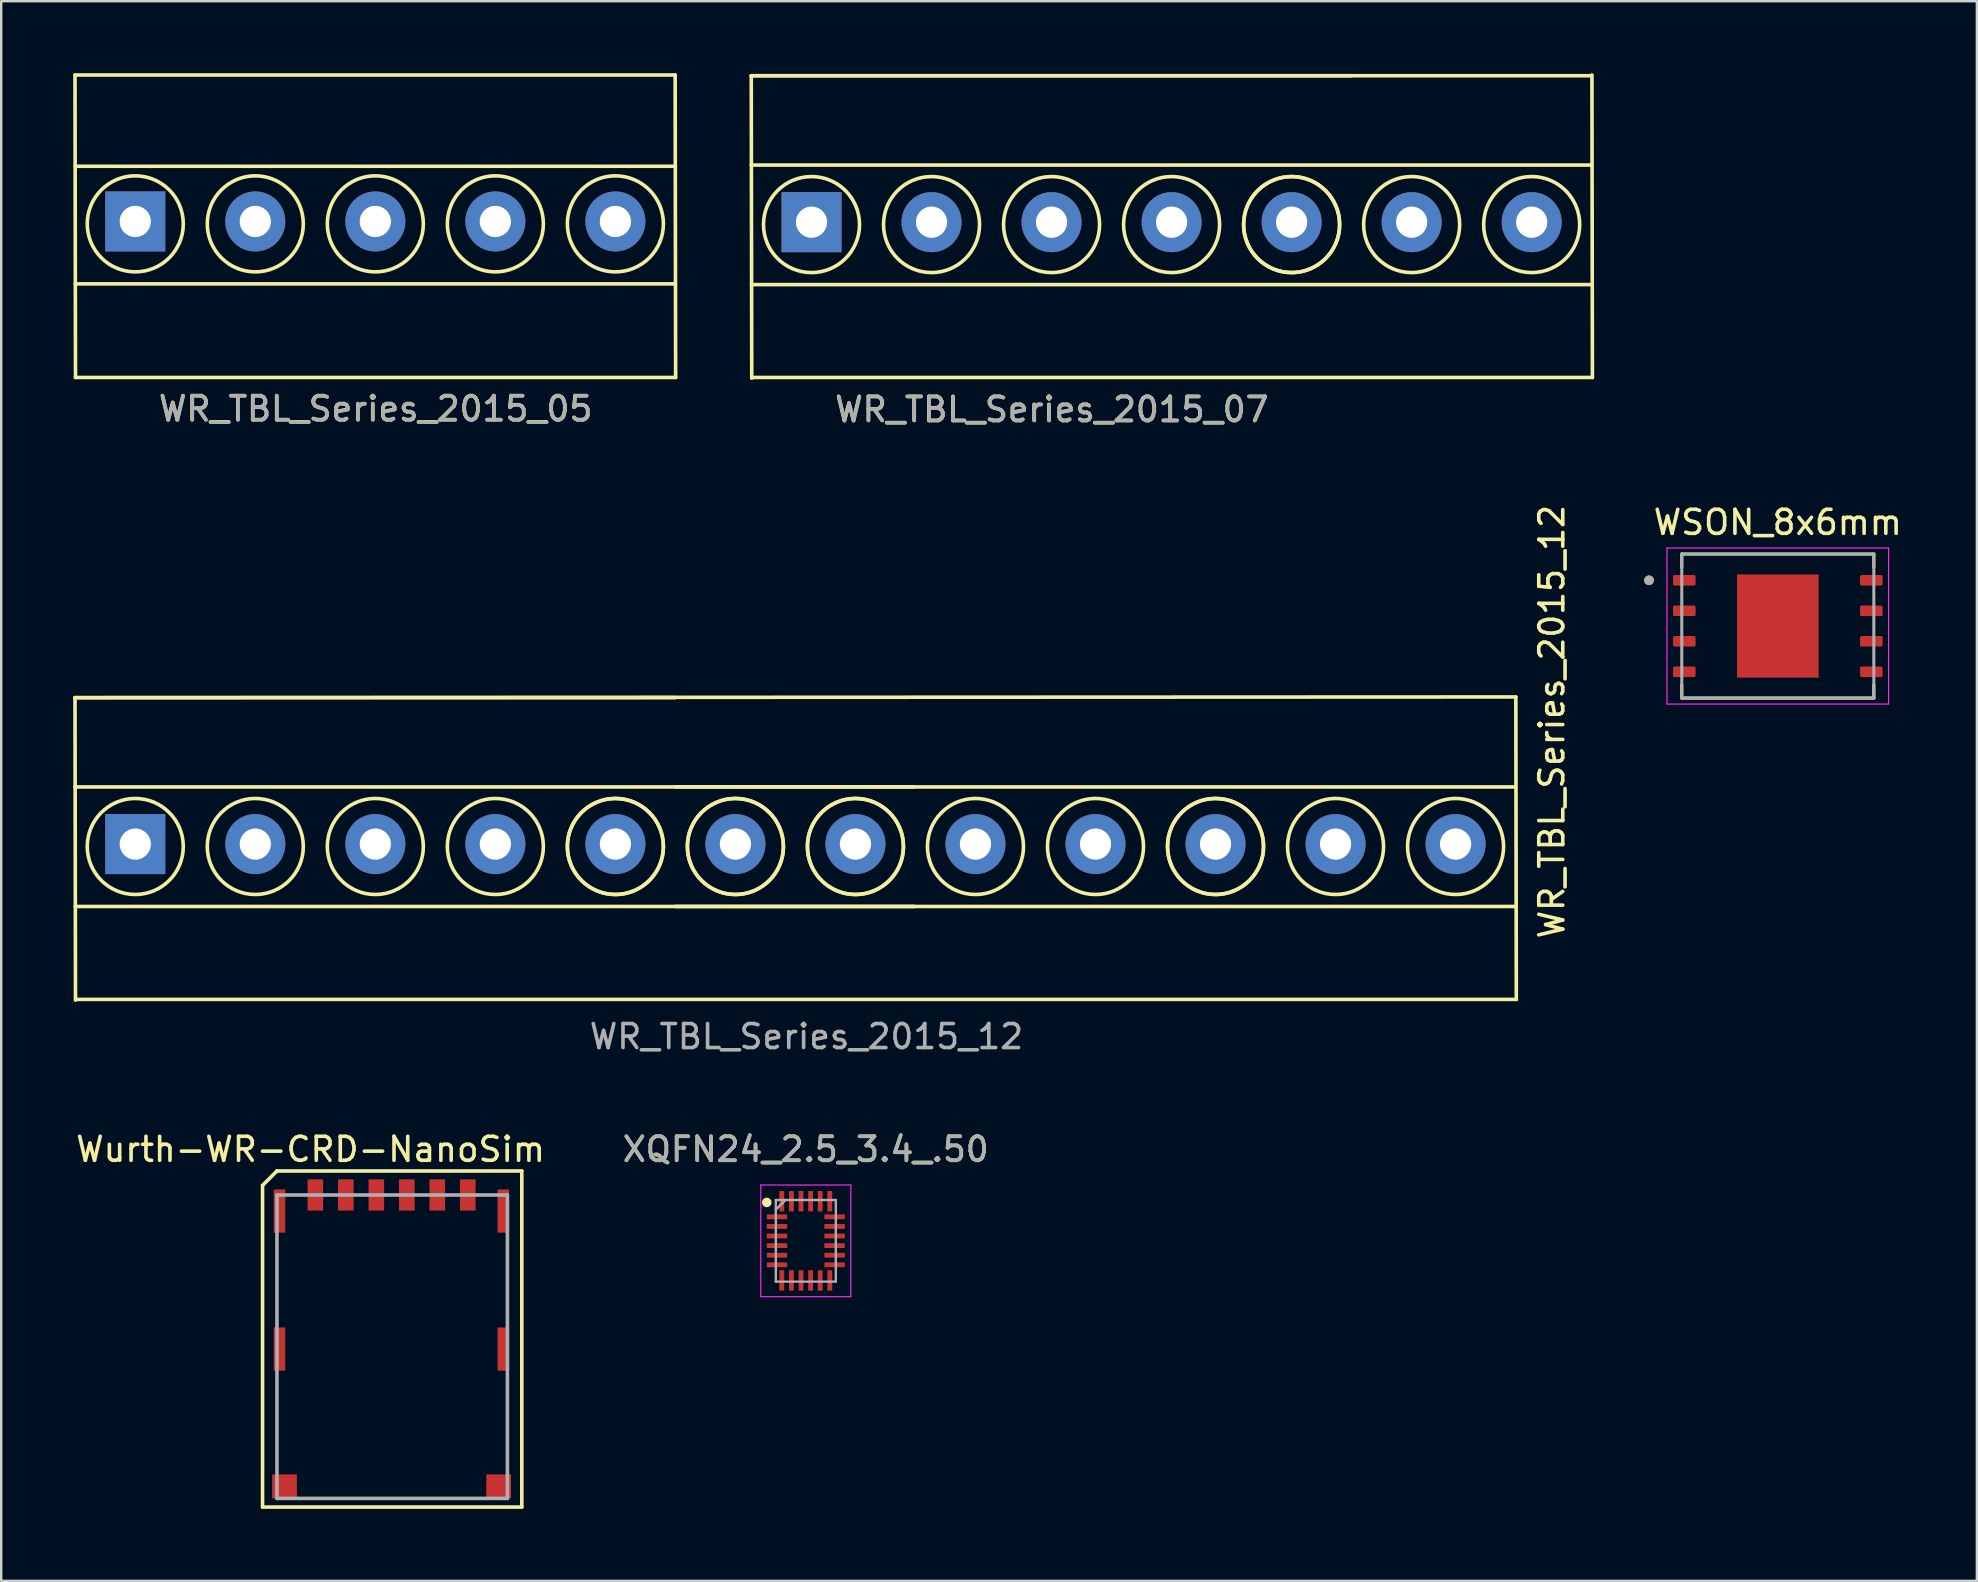
<source format=kicad_pcb>
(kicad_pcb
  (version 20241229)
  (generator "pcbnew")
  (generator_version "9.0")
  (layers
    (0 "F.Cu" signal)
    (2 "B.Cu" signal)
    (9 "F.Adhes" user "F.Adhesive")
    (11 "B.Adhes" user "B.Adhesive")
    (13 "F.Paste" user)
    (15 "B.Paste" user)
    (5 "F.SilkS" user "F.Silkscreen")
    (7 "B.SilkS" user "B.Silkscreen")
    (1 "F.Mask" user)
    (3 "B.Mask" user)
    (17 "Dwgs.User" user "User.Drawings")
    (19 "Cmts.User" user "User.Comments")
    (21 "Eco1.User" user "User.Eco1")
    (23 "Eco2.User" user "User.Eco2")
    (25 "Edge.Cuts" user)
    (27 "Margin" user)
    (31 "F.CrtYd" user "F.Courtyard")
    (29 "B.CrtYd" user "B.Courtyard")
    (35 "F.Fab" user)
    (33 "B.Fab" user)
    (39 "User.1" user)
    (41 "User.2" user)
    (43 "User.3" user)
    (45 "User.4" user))
  (footprint "WR_TBL_Series_2015_12"
    (layer "F.Cu")
    (at 2.595 34.012)
    (property "Reference" "WR_TBL_Series_2015_12" (at 59 -7 90) (layer "F.SilkS") (effects (font (size 1 1) (thickness 0.15))))
    (attr through_hole)
    (fp_line (start -2.52 -8) (end -2.5 4.6) (stroke (width 0.15) (type solid)) (layer "F.SilkS"))
    (fp_line (start -2.52 -8) (end 57.5 -8.03) (stroke (width 0.15) (type solid)) (layer "F.SilkS"))
    (fp_line (start -2.52 -4.28) (end 32.44 -4.28) (stroke (width 0.15) (type solid)) (layer "F.SilkS"))
    (fp_line (start -2.51 0.7) (end 32.45 0.7) (stroke (width 0.15) (type solid)) (layer "F.SilkS"))
    (fp_line (start -2.44 4.57) (end 57.52 4.57) (stroke (width 0.15) (type solid)) (layer "F.SilkS"))
    (fp_line (start 22.48 -8) (end -2.52 -8) (stroke (width 0.15) (type solid)) (layer "F.SilkS"))
    (fp_line (start 22.48 -4.28) (end 57.44 -4.28) (stroke (width 0.15) (type solid)) (layer "F.SilkS"))
    (fp_line (start 22.49 0.7) (end 57.45 0.7) (stroke (width 0.15) (type solid)) (layer "F.SilkS"))
    (fp_line (start 57.5 -8.03) (end 57.52 4.57) (stroke (width 0.15) (type solid)) (layer "F.SilkS"))
    (fp_circle (center -0.01 -1.8) (end 1.99 -1.8) (stroke (width 0.15) (type solid)) (fill no) (layer "F.SilkS"))
    (fp_circle (center 4.99 -1.8) (end 2.99 -1.8) (stroke (width 0.15) (type solid)) (fill no) (layer "F.SilkS"))
    (fp_circle (center 9.99 -1.8) (end 7.99 -1.8) (stroke (width 0.15) (type solid)) (fill no) (layer "F.SilkS"))
    (fp_circle (center 14.99 -1.8) (end 12.99 -1.8) (stroke (width 0.15) (type solid)) (fill no) (layer "F.SilkS"))
    (fp_circle (center 19.99 -1.8) (end 17.99 -1.8) (stroke (width 0.15) (type solid)) (fill no) (layer "F.SilkS"))
    (fp_circle (center 19.99 -1.8) (end 17.99 -1.8) (stroke (width 0.15) (type solid)) (fill no) (layer "F.SilkS"))
    (fp_circle (center 24.99 -1.8) (end 22.99 -1.8) (stroke (width 0.15) (type solid)) (fill no) (layer "F.SilkS"))
    (fp_circle (center 24.99 -1.8) (end 26.99 -1.8) (stroke (width 0.15) (type solid)) (fill no) (layer "F.SilkS"))
    (fp_circle (center 29.99 -1.8) (end 27.99 -1.8) (stroke (width 0.15) (type solid)) (fill no) (layer "F.SilkS"))
    (fp_circle (center 29.99 -1.8) (end 27.99 -1.8) (stroke (width 0.15) (type solid)) (fill no) (layer "F.SilkS"))
    (fp_circle (center 34.99 -1.8) (end 32.99 -1.8) (stroke (width 0.15) (type solid)) (fill no) (layer "F.SilkS"))
    (fp_circle (center 39.99 -1.8) (end 37.99 -1.8) (stroke (width 0.15) (type solid)) (fill no) (layer "F.SilkS"))
    (fp_circle (center 44.99 -1.8) (end 42.99 -1.8) (stroke (width 0.15) (type solid)) (fill no) (layer "F.SilkS"))
    (fp_circle (center 44.99 -1.8) (end 42.99 -1.8) (stroke (width 0.15) (type solid)) (fill no) (layer "F.SilkS"))
    (fp_circle (center 49.99 -1.8) (end 47.99 -1.8) (stroke (width 0.15) (type solid)) (fill no) (layer "F.SilkS"))
    (fp_circle (center 54.99 -1.8) (end 52.99 -1.8) (stroke (width 0.15) (type solid)) (fill no) (layer "F.SilkS"))
    (fp_text user "${REFERENCE}" (at 27.95 6.12 0) (layer "F.Fab") (effects (font (size 1 1) (thickness 0.15))))
    (pad "1" thru_hole rect (at -0.01 -1.9) (size 2.5 2.5) (drill 1.3) (layers "*.Cu" "*.Mask"))
    (pad "2" thru_hole circle (at 4.99 -1.9) (size 2.5 2.5) (drill 1.3) (layers "*.Cu" "*.Mask"))
    (pad "3" thru_hole circle (at 9.99 -1.9) (size 2.5 2.5) (drill 1.3) (layers "*.Cu" "*.Mask"))
    (pad "4" thru_hole circle (at 14.99 -1.9) (size 2.5 2.5) (drill 1.3) (layers "*.Cu" "*.Mask"))
    (pad "5" thru_hole circle (at 19.99 -1.9) (size 2.5 2.5) (drill 1.3) (layers "*.Cu" "*.Mask"))
    (pad "6" thru_hole circle (at 24.99 -1.9) (size 2.5 2.5) (drill 1.3) (layers "*.Cu" "*.Mask"))
    (pad "7" thru_hole circle (at 29.99 -1.9) (size 2.5 2.5) (drill 1.3) (layers "*.Cu" "*.Mask"))
    (pad "8" thru_hole circle (at 34.99 -1.9) (size 2.5 2.5) (drill 1.3) (layers "*.Cu" "*.Mask"))
    (pad "9" thru_hole circle (at 39.99 -1.9) (size 2.5 2.5) (drill 1.3) (layers "*.Cu" "*.Mask"))
    (pad "10" thru_hole circle (at 44.99 -1.9) (size 2.5 2.5) (drill 1.3) (layers "*.Cu" "*.Mask"))
    (pad "11" thru_hole circle (at 49.99 -1.9) (size 2.5 2.5) (drill 1.3) (layers "*.Cu" "*.Mask"))
    (pad "12" thru_hole circle (at 54.99 -1.9) (size 2.5 2.5) (drill 1.3) (layers "*.Cu" "*.Mask")))
  (footprint "Wurth-WR-CRD-NanoSim"
    (layer "F.Cu")
    (at 10.087 46.729)
    (property "Reference" "Wurth-WR-CRD-NanoSim" (at -0.2 -1.9 0) (layer "F.SilkS") (effects (font (size 1 1) (thickness 0.15))))
    (attr through_hole)
    (fp_line (start -2.2 -0.4) (end -2.2 13) (stroke (width 0.15) (type solid)) (layer "F.SilkS"))
    (fp_line (start -2.2 13) (end 8.6 13) (stroke (width 0.15) (type solid)) (layer "F.SilkS"))
    (fp_line (start -1.6 -1) (end -2.2 -0.4) (stroke (width 0.15) (type solid)) (layer "F.SilkS"))
    (fp_line (start 8.6 -1) (end -1.6 -1) (stroke (width 0.15) (type solid)) (layer "F.SilkS"))
    (fp_line (start 8.6 13) (end 8.6 -1) (stroke (width 0.15) (type solid)) (layer "F.SilkS"))
    (fp_line (start -1.6 0) (end -1.6 12.64) (stroke (width 0.15) (type solid)) (layer "F.Fab"))
    (fp_line (start -1.6 12.64) (end 8 12.64) (stroke (width 0.15) (type solid)) (layer "F.Fab"))
    (fp_line (start 8 0) (end -1.6 0) (stroke (width 0.15) (type solid)) (layer "F.Fab"))
    (fp_line (start 8 12.64) (end 8 0) (stroke (width 0.15) (type solid)) (layer "F.Fab"))
    (pad "1" smd rect (at 5.08 0) (size 0.65 1.3) (layers "F.Cu" "F.Mask" "F.Paste"))
    (pad "2" smd rect (at 2.54 0) (size 0.65 1.3) (layers "F.Cu" "F.Mask" "F.Paste"))
    (pad "3" smd rect (at 1.27 0) (size 0.65 1.3) (layers "F.Cu" "F.Mask" "F.Paste"))
    (pad "4" smd rect (at -1.495 0.67) (size 0.48 1.8) (layers "F.Cu" "F.Mask" "F.Paste"))
    (pad "4" smd rect (at -1.495 6.42) (size 0.48 1.8) (layers "F.Cu" "F.Mask" "F.Paste"))
    (pad "4" smd rect (at -1.285 12.14) (size 1.03 1) (layers "F.Cu" "F.Mask" "F.Paste"))
    (pad "4" smd rect (at 6.35 0) (size 0.65 1.3) (layers "F.Cu" "F.Mask" "F.Paste"))
    (pad "4" smd rect (at 7.635 12.14) (size 1.03 1) (layers "F.Cu" "F.Mask" "F.Paste"))
    (pad "4" smd rect (at 7.83 0.67) (size 0.48 1.8) (layers "F.Cu" "F.Mask" "F.Paste"))
    (pad "4" smd rect (at 7.83 6.42) (size 0.48 1.8) (layers "F.Cu" "F.Mask" "F.Paste"))
    (pad "5" smd rect (at 3.81 0) (size 0.65 1.3) (layers "F.Cu" "F.Mask" "F.Paste"))
    (pad "6" smd rect (at 0 0) (size 0.65 1.3) (layers "F.Cu" "F.Mask" "F.Paste")))
  (footprint "WSON_8x6mm"
    (layer "F.Cu")
    (at 71.008 23.029)
    (property "Reference" "WSON_8x6mm" (at 0 -4.318 0) (layer "F.SilkS") (effects (font (size 1 1) (thickness 0.15))))
    (attr smd)
    (fp_line (start -4 -3) (end 4 -3) (stroke (width 0.127) (type solid)) (layer "F.SilkS"))
    (fp_line (start -4 -2.445) (end -4 -3) (stroke (width 0.127) (type solid)) (layer "F.SilkS"))
    (fp_line (start -4 3) (end -4 2.445) (stroke (width 0.127) (type solid)) (layer "F.SilkS"))
    (fp_line (start 4 -3) (end 4 -2.445) (stroke (width 0.127) (type solid)) (layer "F.SilkS"))
    (fp_line (start 4 3) (end -4 3) (stroke (width 0.127) (type solid)) (layer "F.SilkS"))
    (fp_line (start 4 3) (end 4 2.445) (stroke (width 0.127) (type solid)) (layer "F.SilkS"))
    (fp_circle (center -5.365 -1.905) (end -5.265 -1.905) (stroke (width 0.2) (type solid)) (fill no) (layer "F.SilkS"))
    (fp_poly (pts (xy -1.075 -1.36) (xy 1.075 -1.36) (xy 1.075 1.36) (xy -1.075 1.36)) (stroke (width 0.01) (type solid)) (fill yes) (layer "F.Paste"))
    (fp_line (start -4.615 -3.25) (end -4.615 3.25) (stroke (width 0.05) (type solid)) (layer "F.CrtYd"))
    (fp_line (start -4.615 3.25) (end 4.615 3.25) (stroke (width 0.05) (type solid)) (layer "F.CrtYd"))
    (fp_line (start 4.615 -3.25) (end -4.615 -3.25) (stroke (width 0.05) (type solid)) (layer "F.CrtYd"))
    (fp_line (start 4.615 3.25) (end 4.615 -3.25) (stroke (width 0.05) (type solid)) (layer "F.CrtYd"))
    (fp_line (start -4 -3) (end 4 -3) (stroke (width 0.127) (type solid)) (layer "F.Fab"))
    (fp_line (start -4 3) (end -4 -3) (stroke (width 0.127) (type solid)) (layer "F.Fab"))
    (fp_line (start 4 -3) (end 4 3) (stroke (width 0.127) (type solid)) (layer "F.Fab"))
    (fp_line (start 4 3) (end -4 3) (stroke (width 0.127) (type solid)) (layer "F.Fab"))
    (fp_circle (center -5.365 -1.905) (end -5.265 -1.905) (stroke (width 0.2) (type solid)) (fill no) (layer "F.Fab"))
    (pad "1" smd roundrect (at -3.895 -1.905) (size 0.94 0.44) (layers "F.Cu" "F.Mask" "F.Paste") (roundrect_rratio 0.15))
    (pad "2" smd roundrect (at -3.895 -0.635) (size 0.94 0.44) (layers "F.Cu" "F.Mask" "F.Paste") (roundrect_rratio 0.15))
    (pad "3" smd roundrect (at -3.895 0.635) (size 0.94 0.44) (layers "F.Cu" "F.Mask" "F.Paste") (roundrect_rratio 0.15))
    (pad "4" smd roundrect (at -3.895 1.905) (size 0.94 0.44) (layers "F.Cu" "F.Mask" "F.Paste") (roundrect_rratio 0.15))
    (pad "5" smd roundrect (at 3.895 1.905) (size 0.94 0.44) (layers "F.Cu" "F.Mask" "F.Paste") (roundrect_rratio 0.15))
    (pad "6" smd roundrect (at 3.895 0.635) (size 0.94 0.44) (layers "F.Cu" "F.Mask" "F.Paste") (roundrect_rratio 0.15))
    (pad "7" smd roundrect (at 3.895 -0.635) (size 0.94 0.44) (layers "F.Cu" "F.Mask" "F.Paste") (roundrect_rratio 0.15))
    (pad "8" smd roundrect (at 3.895 -1.905) (size 0.94 0.44) (layers "F.Cu" "F.Mask" "F.Paste") (roundrect_rratio 0.15))
    (pad "9" smd rect (at 0 0) (size 3.4 4.3) (layers "F.Cu" "F.Mask")))
  (footprint "WR_TBL_Series_2015_07"
    (layer "F.Cu")
    (at 30.765 8.105)
    (property "Reference" "WR_TBL_Series_2015_07" (at 10 5.9 0) (layer "F.SilkS") (effects (font (size 1 1) (thickness 0.15))))
    (attr through_hole)
    (fp_line (start -2.52 -8) (end -2.5 4.6) (stroke (width 0.15) (type solid)) (layer "F.SilkS"))
    (fp_line (start -2.52 -8) (end 32.44 -8) (stroke (width 0.15) (type solid)) (layer "F.SilkS"))
    (fp_line (start -2.52 -4.28) (end 32.44 -4.28) (stroke (width 0.15) (type solid)) (layer "F.SilkS"))
    (fp_line (start -2.51 0.7) (end 32.45 0.7) (stroke (width 0.15) (type solid)) (layer "F.SilkS"))
    (fp_line (start -2.44 4.57) (end 32.52 4.57) (stroke (width 0.15) (type solid)) (layer "F.SilkS"))
    (fp_line (start 22.48 -8) (end -2.52 -8) (stroke (width 0.15) (type solid)) (layer "F.SilkS"))
    (fp_line (start 32.5 -8.03) (end 32.52 4.57) (stroke (width 0.15) (type solid)) (layer "F.SilkS"))
    (fp_circle (center -0.01 -1.8) (end 1.99 -1.8) (stroke (width 0.15) (type solid)) (fill no) (layer "F.SilkS"))
    (fp_circle (center 4.99 -1.8) (end 2.99 -1.8) (stroke (width 0.15) (type solid)) (fill no) (layer "F.SilkS"))
    (fp_circle (center 9.99 -1.8) (end 7.99 -1.8) (stroke (width 0.15) (type solid)) (fill no) (layer "F.SilkS"))
    (fp_circle (center 14.99 -1.8) (end 12.99 -1.8) (stroke (width 0.15) (type solid)) (fill no) (layer "F.SilkS"))
    (fp_circle (center 19.99 -1.8) (end 17.99 -1.8) (stroke (width 0.15) (type solid)) (fill no) (layer "F.SilkS"))
    (fp_circle (center 19.99 -1.8) (end 17.99 -1.8) (stroke (width 0.15) (type solid)) (fill no) (layer "F.SilkS"))
    (fp_circle (center 24.99 -1.8) (end 22.99 -1.8) (stroke (width 0.15) (type solid)) (fill no) (layer "F.SilkS"))
    (fp_circle (center 29.99 -1.8) (end 27.99 -1.8) (stroke (width 0.15) (type solid)) (fill no) (layer "F.SilkS"))
    (fp_text user "${REFERENCE}" (at 10.01 5.91 0) (layer "F.Fab") (effects (font (size 1 1) (thickness 0.15))))
    (pad "1" thru_hole rect (at -0.01 -1.9) (size 2.5 2.5) (drill 1.3) (layers "*.Cu" "*.Mask"))
    (pad "2" thru_hole circle (at 4.99 -1.9) (size 2.5 2.5) (drill 1.3) (layers "*.Cu" "*.Mask"))
    (pad "3" thru_hole circle (at 9.99 -1.9) (size 2.5 2.5) (drill 1.3) (layers "*.Cu" "*.Mask"))
    (pad "4" thru_hole circle (at 14.99 -1.9) (size 2.5 2.5) (drill 1.3) (layers "*.Cu" "*.Mask"))
    (pad "5" thru_hole circle (at 19.99 -1.9) (size 2.5 2.5) (drill 1.3) (layers "*.Cu" "*.Mask"))
    (pad "6" thru_hole circle (at 24.99 -1.9) (size 2.5 2.5) (drill 1.3) (layers "*.Cu" "*.Mask"))
    (pad "7" thru_hole circle (at 29.99 -1.9) (size 2.5 2.5) (drill 1.3) (layers "*.Cu" "*.Mask")))
  (footprint "WR_TBL_Series_2015_05"
    (layer "F.Cu")
    (at 2.595 8.075)
    (property "Reference" "WR_TBL_Series_2015_05" (at 10 5.9 0) (layer "F.SilkS") (effects (font (size 1 1) (thickness 0.15))))
    (attr through_hole)
    (fp_line (start -2.52 -8) (end -2.5 4.6) (stroke (width 0.15) (type solid)) (layer "F.SilkS"))
    (fp_line (start -2.51 -4.2) (end 22.49 -4.2) (stroke (width 0.15) (type solid)) (layer "F.SilkS"))
    (fp_line (start -2.51 0.7) (end 22.49 0.7) (stroke (width 0.15) (type solid)) (layer "F.SilkS"))
    (fp_line (start -2.5 4.6) (end 22.5 4.6) (stroke (width 0.15) (type solid)) (layer "F.SilkS"))
    (fp_line (start 22.48 -8) (end -2.52 -8) (stroke (width 0.15) (type solid)) (layer "F.SilkS"))
    (fp_line (start 22.48 -8) (end 22.5 4.6) (stroke (width 0.15) (type solid)) (layer "F.SilkS"))
    (fp_circle (center -0.01 -1.8) (end 1.99 -1.8) (stroke (width 0.15) (type solid)) (fill no) (layer "F.SilkS"))
    (fp_circle (center 4.99 -1.8) (end 2.99 -1.8) (stroke (width 0.15) (type solid)) (fill no) (layer "F.SilkS"))
    (fp_circle (center 9.99 -1.8) (end 7.99 -1.8) (stroke (width 0.15) (type solid)) (fill no) (layer "F.SilkS"))
    (fp_circle (center 14.99 -1.8) (end 12.99 -1.8) (stroke (width 0.15) (type solid)) (fill no) (layer "F.SilkS"))
    (fp_circle (center 19.99 -1.8) (end 17.99 -1.8) (stroke (width 0.15) (type solid)) (fill no) (layer "F.SilkS"))
    (fp_text user "${REFERENCE}" (at 10.01 5.91 0) (layer "F.Fab") (effects (font (size 1 1) (thickness 0.15))))
    (pad "1" thru_hole rect (at -0.01 -1.9) (size 2.5 2.5) (drill 1.3) (layers "*.Cu" "*.Mask"))
    (pad "2" thru_hole circle (at 4.99 -1.9) (size 2.5 2.5) (drill 1.3) (layers "*.Cu" "*.Mask"))
    (pad "3" thru_hole circle (at 9.99 -1.9) (size 2.5 2.5) (drill 1.3) (layers "*.Cu" "*.Mask"))
    (pad "4" thru_hole circle (at 14.99 -1.9) (size 2.5 2.5) (drill 1.3) (layers "*.Cu" "*.Mask"))
    (pad "5" thru_hole circle (at 19.99 -1.9) (size 2.5 2.5) (drill 1.3) (layers "*.Cu" "*.Mask")))
  (footprint "XQFN24_2.5_3.4_.50"
    (layer "F.Cu")
    (at 30.518 48.639)
    (property "Reference" "XQFN24_2.5_3.4_.50" (at 0 -3.81 0) (layer "F.SilkS") (effects (font (size 1 1) (thickness 0.15))))
    (attr smd)
    (fp_circle (center -1.625 -1.6) (end -1.625 -1.5) (stroke (width 0.2) (type solid)) (fill no) (layer "F.SilkS"))
    (fp_line (start -1.875 -2.325) (end 1.875 -2.325) (stroke (width 0.05) (type solid)) (layer "F.CrtYd"))
    (fp_line (start -1.875 2.325) (end -1.875 -2.325) (stroke (width 0.05) (type solid)) (layer "F.CrtYd"))
    (fp_line (start 1.875 -2.325) (end 1.875 2.325) (stroke (width 0.05) (type solid)) (layer "F.CrtYd"))
    (fp_line (start 1.875 2.325) (end -1.875 2.325) (stroke (width 0.05) (type solid)) (layer "F.CrtYd"))
    (fp_line (start -1.25 -1.7) (end 1.25 -1.7) (stroke (width 0.1) (type solid)) (layer "F.Fab"))
    (fp_line (start -1.25 -1.3) (end -0.85 -1.7) (stroke (width 0.1) (type solid)) (layer "F.Fab"))
    (fp_line (start -1.25 1.7) (end -1.25 -1.7) (stroke (width 0.1) (type solid)) (layer "F.Fab"))
    (fp_line (start 1.25 -1.7) (end 1.25 1.7) (stroke (width 0.1) (type solid)) (layer "F.Fab"))
    (fp_line (start 1.25 1.7) (end -1.25 1.7) (stroke (width 0.1) (type solid)) (layer "F.Fab"))
    (fp_text user "${REFERENCE}" (at 0 -3.81 0) (layer "F.Fab") (effects (font (size 1 1) (thickness 0.15))))
    (pad "1" smd rect (at -1.2 -1 90) (size 0.2 0.85) (layers "F.Cu" "F.Mask" "F.Paste"))
    (pad "2" smd rect (at -1.2 -0.6 90) (size 0.2 0.85) (layers "F.Cu" "F.Mask" "F.Paste"))
    (pad "3" smd rect (at -1.2 -0.2 90) (size 0.2 0.85) (layers "F.Cu" "F.Mask" "F.Paste"))
    (pad "4" smd rect (at -1.2 0.2 90) (size 0.2 0.85) (layers "F.Cu" "F.Mask" "F.Paste"))
    (pad "5" smd rect (at -1.2 0.6 90) (size 0.2 0.85) (layers "F.Cu" "F.Mask" "F.Paste"))
    (pad "6" smd rect (at -1.2 1 90) (size 0.2 0.85) (layers "F.Cu" "F.Mask" "F.Paste"))
    (pad "7" smd rect (at -1 1.65) (size 0.2 0.85) (layers "F.Cu" "F.Mask" "F.Paste"))
    (pad "8" smd rect (at -0.6 1.65) (size 0.2 0.85) (layers "F.Cu" "F.Mask" "F.Paste"))
    (pad "9" smd rect (at -0.2 1.65) (size 0.2 0.85) (layers "F.Cu" "F.Mask" "F.Paste"))
    (pad "10" smd rect (at 0.2 1.65) (size 0.2 0.85) (layers "F.Cu" "F.Mask" "F.Paste"))
    (pad "11" smd rect (at 0.6 1.65) (size 0.2 0.85) (layers "F.Cu" "F.Mask" "F.Paste"))
    (pad "12" smd rect (at 1 1.65) (size 0.2 0.85) (layers "F.Cu" "F.Mask" "F.Paste"))
    (pad "13" smd rect (at 1.2 1 90) (size 0.2 0.85) (layers "F.Cu" "F.Mask" "F.Paste"))
    (pad "14" smd rect (at 1.2 0.6 90) (size 0.2 0.85) (layers "F.Cu" "F.Mask" "F.Paste"))
    (pad "15" smd rect (at 1.2 0.2 90) (size 0.2 0.85) (layers "F.Cu" "F.Mask" "F.Paste"))
    (pad "16" smd rect (at 1.2 -0.2 90) (size 0.2 0.85) (layers "F.Cu" "F.Mask" "F.Paste"))
    (pad "17" smd rect (at 1.2 -0.6 90) (size 0.2 0.85) (layers "F.Cu" "F.Mask" "F.Paste"))
    (pad "18" smd rect (at 1.2 -1 90) (size 0.2 0.85) (layers "F.Cu" "F.Mask" "F.Paste"))
    (pad "19" smd rect (at 1 -1.65) (size 0.2 0.85) (layers "F.Cu" "F.Mask" "F.Paste"))
    (pad "20" smd rect (at 0.6 -1.65) (size 0.2 0.85) (layers "F.Cu" "F.Mask" "F.Paste"))
    (pad "21" smd rect (at 0.2 -1.65) (size 0.2 0.85) (layers "F.Cu" "F.Mask" "F.Paste"))
    (pad "22" smd rect (at -0.2 -1.65) (size 0.2 0.85) (layers "F.Cu" "F.Mask" "F.Paste"))
    (pad "23" smd rect (at -0.6 -1.65) (size 0.2 0.85) (layers "F.Cu" "F.Mask" "F.Paste"))
    (pad "24" smd rect (at -1 -1.65) (size 0.2 0.85) (layers "F.Cu" "F.Mask" "F.Paste")))
  (gr_rect
    (start -3 -3)
    (end 79.3 62.804)
    (stroke (width 0.1) (type default))
    (fill no)
    (layer "Edge.Cuts")))
</source>
